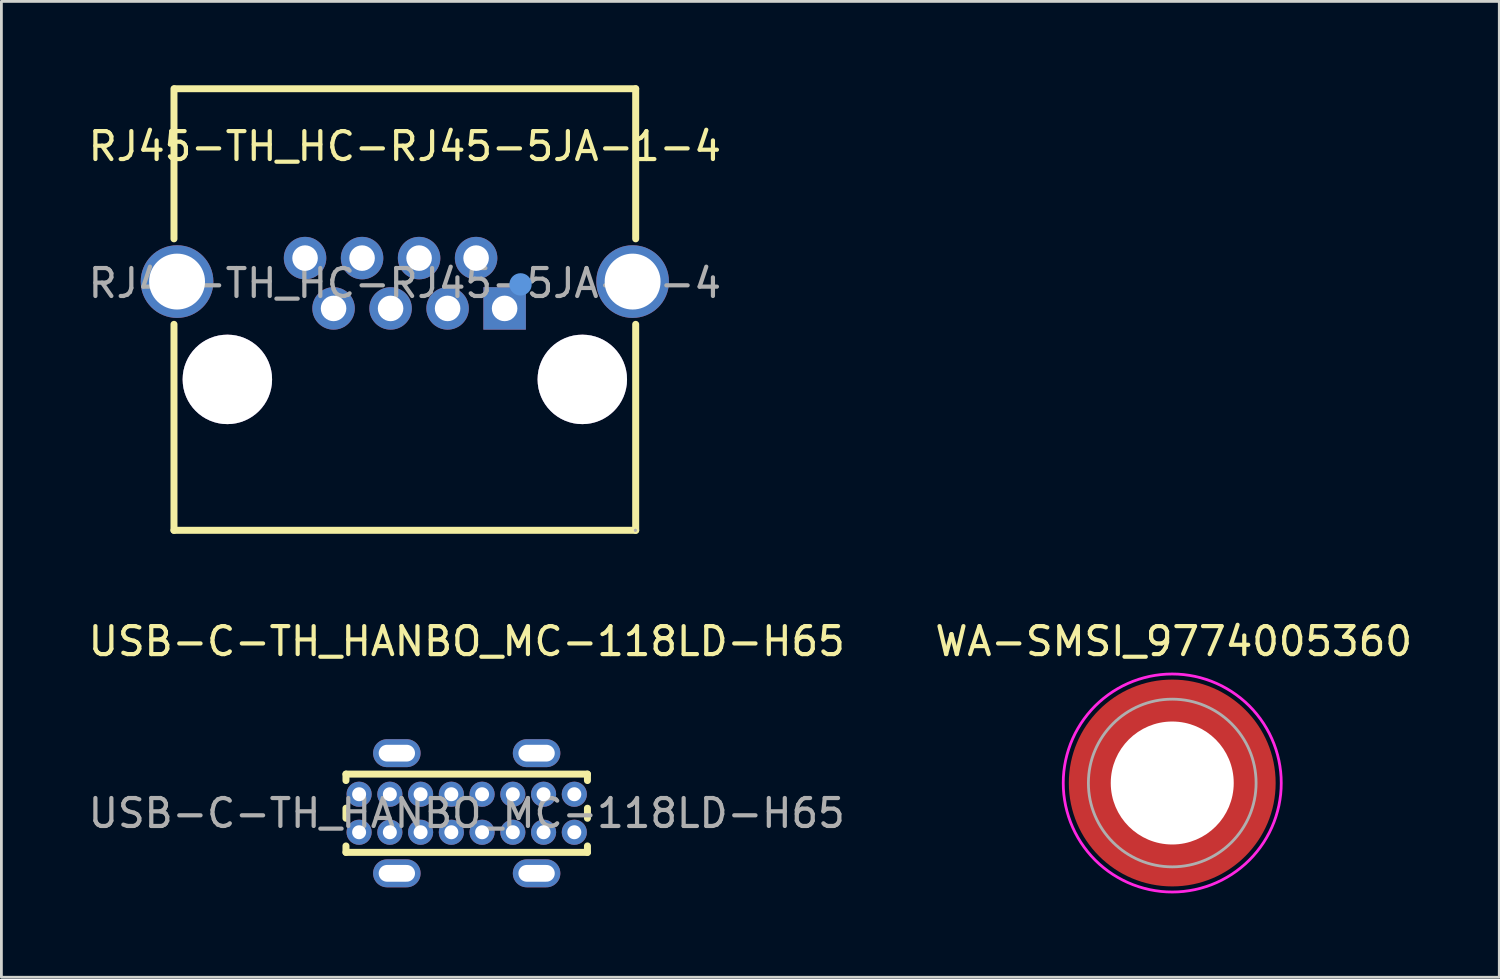
<source format=kicad_pcb>
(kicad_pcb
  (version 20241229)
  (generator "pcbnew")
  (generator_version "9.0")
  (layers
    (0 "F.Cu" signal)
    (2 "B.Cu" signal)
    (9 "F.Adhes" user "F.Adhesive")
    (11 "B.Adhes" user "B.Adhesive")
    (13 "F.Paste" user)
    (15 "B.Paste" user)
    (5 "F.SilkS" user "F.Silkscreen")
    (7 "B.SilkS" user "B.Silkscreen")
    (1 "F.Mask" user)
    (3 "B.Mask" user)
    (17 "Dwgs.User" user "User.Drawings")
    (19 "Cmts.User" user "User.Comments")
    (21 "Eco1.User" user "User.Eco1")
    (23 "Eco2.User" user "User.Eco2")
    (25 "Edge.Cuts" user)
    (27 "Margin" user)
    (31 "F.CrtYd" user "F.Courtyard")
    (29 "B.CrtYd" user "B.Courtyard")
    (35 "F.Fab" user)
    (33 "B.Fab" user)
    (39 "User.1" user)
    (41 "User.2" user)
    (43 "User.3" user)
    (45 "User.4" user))
  (footprint "WA-SMSI_9774005360"
    (layer "F.Cu")
    (at 38.893 24.966)
    (property "Reference" "WA-SMSI_9774005360" (at 0.053 -5.068 0) (layer "F.SilkS") (effects (font (size 1 1) (thickness 0.15))))
    (attr smd)
    (fp_poly (pts (xy -3.615 0.4) (xy -2.205 0.4) (xy -2.19 0.475) (xy -2.165 0.58) (xy -2.13 0.7) (xy -2.1 0.78) (xy -2.07 0.86) (xy -2.025 0.96) (xy -1.975 1.06) (xy -1.92 1.155) (xy -1.86 1.25) (xy -1.815 1.315) (xy -1.75 1.4) (xy -1.695 1.465) (xy -1.605 1.565) (xy -1.52 1.645) (xy -1.465 1.695) (xy -1.405 1.745) (xy -1.32 1.81) (xy -1.235 1.87) (xy -1.13 1.935) (xy -1.05 1.98) (xy -0.95 2.03) (xy -0.81 2.09) (xy -0.695 2.13) (xy -0.58 2.165) (xy -0.475 2.19) (xy -0.4 2.205) (xy -0.4 3.615) (xy -0.43 3.61) (xy -0.505 3.6) (xy -0.605 3.585) (xy -0.715 3.565) (xy -0.83 3.54) (xy -0.93 3.515) (xy -1.04 3.485) (xy -1.135 3.455) (xy -1.205 3.43) (xy -1.3 3.395) (xy -1.365 3.37) (xy -1.46 3.33) (xy -1.55 3.29) (xy -1.65 3.24) (xy -1.77 3.175) (xy -1.885 3.11) (xy -1.985 3.045) (xy -2.075 2.985) (xy -2.165 2.92) (xy -2.23 2.87) (xy -2.295 2.82) (xy -2.365 2.76) (xy -2.44 2.695) (xy -2.515 2.625) (xy -2.6 2.54) (xy -2.645 2.495) (xy -2.69 2.445) (xy -2.76 2.365) (xy -2.82 2.295) (xy -2.875 2.225) (xy -2.935 2.145) (xy -2.995 2.06) (xy -3.085 1.925) (xy -3.18 1.765) (xy -3.27 1.59) (xy -3.34 1.44) (xy -3.4 1.29) (xy -3.455 1.135) (xy -3.505 0.97) (xy -3.55 0.795) (xy -3.575 0.665) (xy -3.6 0.52)) (stroke (width 0.01) (type solid)) (fill yes) (layer "F.Paste"))
    (fp_poly (pts (xy -0.4 -3.615) (xy -0.4 -2.205) (xy -0.475 -2.19) (xy -0.58 -2.165) (xy -0.7 -2.13) (xy -0.78 -2.1) (xy -0.86 -2.07) (xy -0.96 -2.025) (xy -1.06 -1.975) (xy -1.155 -1.92) (xy -1.25 -1.86) (xy -1.315 -1.815) (xy -1.4 -1.75) (xy -1.465 -1.695) (xy -1.565 -1.605) (xy -1.645 -1.52) (xy -1.695 -1.465) (xy -1.745 -1.405) (xy -1.81 -1.32) (xy -1.87 -1.235) (xy -1.935 -1.13) (xy -1.98 -1.05) (xy -2.03 -0.95) (xy -2.09 -0.81) (xy -2.13 -0.695) (xy -2.165 -0.58) (xy -2.19 -0.475) (xy -2.205 -0.4) (xy -3.615 -0.4) (xy -3.61 -0.43) (xy -3.6 -0.505) (xy -3.585 -0.605) (xy -3.565 -0.715) (xy -3.54 -0.83) (xy -3.515 -0.93) (xy -3.485 -1.04) (xy -3.455 -1.135) (xy -3.43 -1.205) (xy -3.395 -1.3) (xy -3.37 -1.365) (xy -3.33 -1.46) (xy -3.29 -1.55) (xy -3.24 -1.65) (xy -3.175 -1.77) (xy -3.11 -1.885) (xy -3.045 -1.985) (xy -2.985 -2.075) (xy -2.92 -2.165) (xy -2.87 -2.23) (xy -2.82 -2.295) (xy -2.76 -2.365) (xy -2.695 -2.44) (xy -2.625 -2.515) (xy -2.54 -2.6) (xy -2.495 -2.645) (xy -2.445 -2.69) (xy -2.365 -2.76) (xy -2.295 -2.82) (xy -2.225 -2.875) (xy -2.145 -2.935) (xy -2.06 -2.995) (xy -1.925 -3.085) (xy -1.765 -3.18) (xy -1.59 -3.27) (xy -1.44 -3.34) (xy -1.29 -3.4) (xy -1.135 -3.455) (xy -0.97 -3.505) (xy -0.795 -3.55) (xy -0.665 -3.575) (xy -0.52 -3.6)) (stroke (width 0.01) (type solid)) (fill yes) (layer "F.Paste"))
    (fp_poly (pts (xy 0.4 3.615) (xy 0.4 2.205) (xy 0.475 2.19) (xy 0.58 2.165) (xy 0.7 2.13) (xy 0.78 2.1) (xy 0.86 2.07) (xy 0.96 2.025) (xy 1.06 1.975) (xy 1.155 1.92) (xy 1.25 1.86) (xy 1.315 1.815) (xy 1.4 1.75) (xy 1.465 1.695) (xy 1.565 1.605) (xy 1.645 1.52) (xy 1.695 1.465) (xy 1.745 1.405) (xy 1.81 1.32) (xy 1.87 1.235) (xy 1.935 1.13) (xy 1.98 1.05) (xy 2.03 0.95) (xy 2.09 0.81) (xy 2.13 0.695) (xy 2.165 0.58) (xy 2.19 0.475) (xy 2.205 0.4) (xy 3.615 0.4) (xy 3.61 0.43) (xy 3.6 0.505) (xy 3.585 0.605) (xy 3.565 0.715) (xy 3.54 0.83) (xy 3.515 0.93) (xy 3.485 1.04) (xy 3.455 1.135) (xy 3.43 1.205) (xy 3.395 1.3) (xy 3.37 1.365) (xy 3.33 1.46) (xy 3.29 1.55) (xy 3.24 1.65) (xy 3.175 1.77) (xy 3.11 1.885) (xy 3.045 1.985) (xy 2.985 2.075) (xy 2.92 2.165) (xy 2.87 2.23) (xy 2.82 2.295) (xy 2.76 2.365) (xy 2.695 2.44) (xy 2.625 2.515) (xy 2.54 2.6) (xy 2.495 2.645) (xy 2.445 2.69) (xy 2.365 2.76) (xy 2.295 2.82) (xy 2.225 2.875) (xy 2.145 2.935) (xy 2.06 2.995) (xy 1.925 3.085) (xy 1.765 3.18) (xy 1.59 3.27) (xy 1.44 3.34) (xy 1.29 3.4) (xy 1.135 3.455) (xy 0.97 3.505) (xy 0.795 3.55) (xy 0.665 3.575) (xy 0.52 3.6)) (stroke (width 0.01) (type solid)) (fill yes) (layer "F.Paste"))
    (fp_poly (pts (xy 3.615 -0.4) (xy 2.205 -0.4) (xy 2.19 -0.475) (xy 2.165 -0.58) (xy 2.13 -0.7) (xy 2.1 -0.78) (xy 2.07 -0.86) (xy 2.025 -0.96) (xy 1.975 -1.06) (xy 1.92 -1.155) (xy 1.86 -1.25) (xy 1.815 -1.315) (xy 1.75 -1.4) (xy 1.695 -1.465) (xy 1.605 -1.565) (xy 1.52 -1.645) (xy 1.465 -1.695) (xy 1.405 -1.745) (xy 1.32 -1.81) (xy 1.235 -1.87) (xy 1.13 -1.935) (xy 1.05 -1.98) (xy 0.95 -2.03) (xy 0.81 -2.09) (xy 0.695 -2.13) (xy 0.58 -2.165) (xy 0.475 -2.19) (xy 0.4 -2.205) (xy 0.4 -3.615) (xy 0.43 -3.61) (xy 0.505 -3.6) (xy 0.605 -3.585) (xy 0.715 -3.565) (xy 0.83 -3.54) (xy 0.93 -3.515) (xy 1.04 -3.485) (xy 1.135 -3.455) (xy 1.205 -3.43) (xy 1.3 -3.395) (xy 1.365 -3.37) (xy 1.46 -3.33) (xy 1.55 -3.29) (xy 1.65 -3.24) (xy 1.77 -3.175) (xy 1.885 -3.11) (xy 1.985 -3.045) (xy 2.075 -2.985) (xy 2.165 -2.92) (xy 2.23 -2.87) (xy 2.295 -2.82) (xy 2.365 -2.76) (xy 2.44 -2.695) (xy 2.515 -2.625) (xy 2.6 -2.54) (xy 2.645 -2.495) (xy 2.69 -2.445) (xy 2.76 -2.365) (xy 2.82 -2.295) (xy 2.875 -2.225) (xy 2.935 -2.145) (xy 2.995 -2.06) (xy 3.085 -1.925) (xy 3.18 -1.765) (xy 3.27 -1.59) (xy 3.34 -1.44) (xy 3.4 -1.29) (xy 3.455 -1.135) (xy 3.505 -0.97) (xy 3.55 -0.795) (xy 3.575 -0.665) (xy 3.6 -0.52)) (stroke (width 0.01) (type solid)) (fill yes) (layer "F.Paste"))
    (fp_poly (pts (xy 0 -3.9) (xy 0.204 -3.895) (xy 0.408 -3.879) (xy 0.61 -3.852) (xy 0.811 -3.815) (xy 1.009 -3.767) (xy 1.205 -3.709) (xy 1.398 -3.641) (xy 1.586 -3.563) (xy 1.771 -3.475) (xy 1.95 -3.377) (xy 2.124 -3.271) (xy 2.292 -3.155) (xy 2.454 -3.031) (xy 2.61 -2.898) (xy 2.758 -2.758) (xy 2.898 -2.61) (xy 3.031 -2.454) (xy 3.155 -2.292) (xy 3.271 -2.124) (xy 3.377 -1.95) (xy 3.475 -1.771) (xy 3.563 -1.586) (xy 3.641 -1.398) (xy 3.709 -1.205) (xy 3.767 -1.009) (xy 3.815 -0.811) (xy 3.852 -0.61) (xy 3.879 -0.408) (xy 3.895 -0.204) (xy 3.9 0) (xy 3.895 0.204) (xy 3.879 0.408) (xy 3.852 0.61) (xy 3.815 0.811) (xy 3.767 1.009) (xy 3.709 1.205) (xy 3.641 1.398) (xy 3.563 1.586) (xy 3.475 1.771) (xy 3.377 1.95) (xy 3.271 2.124) (xy 3.155 2.292) (xy 3.031 2.454) (xy 2.898 2.61) (xy 2.758 2.758) (xy 2.61 2.898) (xy 2.454 3.031) (xy 2.292 3.155) (xy 2.124 3.271) (xy 1.95 3.377) (xy 1.771 3.475) (xy 1.586 3.563) (xy 1.398 3.641) (xy 1.205 3.709) (xy 1.009 3.767) (xy 0.811 3.815) (xy 0.61 3.852) (xy 0.408 3.879) (xy 0.204 3.895) (xy 0 3.9) (xy -0.204 3.895) (xy -0.408 3.879) (xy -0.61 3.852) (xy -0.811 3.815) (xy -1.009 3.767) (xy -1.205 3.709) (xy -1.398 3.641) (xy -1.586 3.563) (xy -1.771 3.475) (xy -1.95 3.377) (xy -2.124 3.271) (xy -2.292 3.155) (xy -2.454 3.031) (xy -2.61 2.898) (xy -2.758 2.758) (xy -2.898 2.61) (xy -3.031 2.454) (xy -3.155 2.292) (xy -3.271 2.124) (xy -3.377 1.95) (xy -3.475 1.771) (xy -3.563 1.586) (xy -3.641 1.398) (xy -3.709 1.205) (xy -3.767 1.009) (xy -3.815 0.811) (xy -3.852 0.61) (xy -3.879 0.408) (xy -3.895 0.204) (xy -3.9 0) (xy -3.895 -0.204) (xy -3.879 -0.408) (xy -3.852 -0.61) (xy -3.815 -0.811) (xy -3.767 -1.009) (xy -3.709 -1.205) (xy -3.641 -1.398) (xy -3.563 -1.586) (xy -3.475 -1.771) (xy -3.377 -1.95) (xy -3.271 -2.124) (xy -3.155 -2.292) (xy -3.031 -2.454) (xy -2.898 -2.61) (xy -2.758 -2.758) (xy -2.61 -2.898) (xy -2.454 -3.031) (xy -2.292 -3.155) (xy -2.124 -3.271) (xy -1.95 -3.377) (xy -1.771 -3.475) (xy -1.586 -3.563) (xy -1.398 -3.641) (xy -1.205 -3.709) (xy -1.009 -3.767) (xy -0.811 -3.815) (xy -0.61 -3.852) (xy -0.408 -3.879) (xy -0.204 -3.895) (xy 0 -3.9)) (stroke (width 0.1) (type solid)) (fill no) (layer "F.CrtYd"))
    (fp_circle (center 0 0) (end 3 0) (stroke (width 0.1) (type solid)) (fill no) (layer "F.Fab"))
    (pad "" np_thru_hole circle (at 0 0) (size 4.4 4.4) (drill 4.4) (layers "*.Cu" "*.Mask"))
    (pad "1" smd circle (at 0 0) (size 7.4 7.4) (layers "F.Cu" "F.Mask")))
  (footprint "RJ45-TH_HC-RJ45-5JA-1-4"
    (layer "F.Cu")
    (at 11.435 7.085)
    (property "Reference" "RJ45-TH_HC-RJ45-5JA-1-4" (at 0 -4.9 0) (layer "F.SilkS") (effects (font (size 1 1) (thickness 0.15))))
    (attr smd)
    (fp_line (start -8.26 -1.59) (end -8.26 -6.96) (stroke (width 0.25) (type solid)) (layer "F.SilkS"))
    (fp_line (start -8.26 8.84) (end -8.26 1.47) (stroke (width 0.25) (type solid)) (layer "F.SilkS"))
    (fp_line (start -8.24 -6.96) (end 8.26 -6.96) (stroke (width 0.25) (type solid)) (layer "F.SilkS"))
    (fp_line (start 8.26 -6.96) (end 8.26 -1.59) (stroke (width 0.25) (type solid)) (layer "F.SilkS"))
    (fp_line (start 8.26 1.47) (end 8.26 8.84) (stroke (width 0.25) (type solid)) (layer "F.SilkS"))
    (fp_line (start 8.26 8.84) (end -8.26 8.84) (stroke (width 0.25) (type solid)) (layer "F.SilkS"))
    (fp_circle (center -6.35 3.44) (end -5.6 3.44) (stroke (width 1.5) (type solid)) (fill no) (layer "Cmts.User"))
    (fp_circle (center 4.14 0.04) (end 4.34 0.04) (stroke (width 0.4) (type solid)) (fill no) (layer "Cmts.User"))
    (fp_circle (center 6.35 3.44) (end 7.1 3.44) (stroke (width 1.5) (type solid)) (fill no) (layer "Cmts.User"))
    (fp_circle (center -3.57 -0.9) (end -3.45 -0.9) (stroke (width 0.25) (type solid)) (fill no) (layer "F.Fab"))
    (fp_circle (center -2.55 0.9) (end -2.43 0.9) (stroke (width 0.25) (type solid)) (fill no) (layer "F.Fab"))
    (fp_circle (center -1.53 -0.9) (end -1.41 -0.9) (stroke (width 0.25) (type solid)) (fill no) (layer "F.Fab"))
    (fp_circle (center -0.51 0.9) (end -0.39 0.9) (stroke (width 0.25) (type solid)) (fill no) (layer "F.Fab"))
    (fp_circle (center 0.51 -0.9) (end 0.63 -0.9) (stroke (width 0.25) (type solid)) (fill no) (layer "F.Fab"))
    (fp_circle (center 1.53 0.9) (end 1.65 0.9) (stroke (width 0.25) (type solid)) (fill no) (layer "F.Fab"))
    (fp_circle (center 2.55 -0.9) (end 2.67 -0.9) (stroke (width 0.25) (type solid)) (fill no) (layer "F.Fab"))
    (fp_circle (center 3.57 0.9) (end 3.69 0.9) (stroke (width 0.25) (type solid)) (fill no) (layer "F.Fab"))
    (fp_circle (center 8.25 8.84) (end 8.28 8.84) (stroke (width 0.06) (type solid)) (fill no) (layer "F.Fab"))
    (fp_text user "${REFERENCE}" (at 0 0 0) (layer "F.Fab") (effects (font (size 1 1) (thickness 0.15))))
    (pad "" thru_hole circle (at -6.35 3.44) (size 3.2 3.2) (drill 3.2) (layers "*.Cu" "*.Mask"))
    (pad "" thru_hole circle (at 6.35 3.44) (size 3.2 3.2) (drill 3.2) (layers "*.Cu" "*.Mask"))
    (pad "1" thru_hole rect (at 3.57 0.9) (size 1.52 1.52) (drill 0.914) (layers "*.Cu" "*.Paste" "*.Mask"))
    (pad "2" thru_hole circle (at 2.55 -0.9) (size 1.52 1.52) (drill 0.914) (layers "*.Cu" "*.Paste" "*.Mask"))
    (pad "3" thru_hole circle (at 1.53 0.9) (size 1.52 1.52) (drill 0.914) (layers "*.Cu" "*.Paste" "*.Mask"))
    (pad "4" thru_hole circle (at 0.51 -0.9) (size 1.52 1.52) (drill 0.914) (layers "*.Cu" "*.Paste" "*.Mask"))
    (pad "5" thru_hole circle (at -0.51 0.9) (size 1.52 1.52) (drill 0.914) (layers "*.Cu" "*.Paste" "*.Mask"))
    (pad "6" thru_hole circle (at -1.53 -0.9) (size 1.52 1.52) (drill 0.914) (layers "*.Cu" "*.Paste" "*.Mask"))
    (pad "7" thru_hole circle (at -2.55 0.9) (size 1.52 1.52) (drill 0.914) (layers "*.Cu" "*.Paste" "*.Mask"))
    (pad "8" thru_hole circle (at -3.57 -0.9) (size 1.52 1.52) (drill 0.914) (layers "*.Cu" "*.Paste" "*.Mask"))
    (pad "9" thru_hole circle (at -8.15 -0.06) (size 2.6 2.6) (drill 2) (layers "*.Cu" "*.Paste" "*.Mask"))
    (pad "10" thru_hole circle (at 8.15 -0.06) (size 2.6 2.6) (drill 2) (layers "*.Cu" "*.Paste" "*.Mask")))
  (footprint "USB-C-TH_HANBO_MC-118LD-H65"
    (layer "F.Cu")
    (at 13.649 26.048)
    (property "Reference" "USB-C-TH_HANBO_MC-118LD-H65" (at 0 -6.15 0) (layer "F.SilkS") (effects (font (size 1 1) (thickness 0.15))))
    (attr through_hole)
    (fp_line (start -4.32 -1.4) (end -4.32 -1.17) (stroke (width 0.25) (type solid)) (layer "F.SilkS"))
    (fp_line (start -4.32 -1.4) (end 4.32 -1.4) (stroke (width 0.25) (type solid)) (layer "F.SilkS"))
    (fp_line (start -4.32 -0.18) (end -4.32 0.18) (stroke (width 0.25) (type solid)) (layer "F.SilkS"))
    (fp_line (start -4.32 1.17) (end -4.32 1.4) (stroke (width 0.25) (type solid)) (layer "F.SilkS"))
    (fp_line (start -4.32 1.4) (end 4.32 1.4) (stroke (width 0.25) (type solid)) (layer "F.SilkS"))
    (fp_line (start 4.32 -1.4) (end 4.32 -1.17) (stroke (width 0.25) (type solid)) (layer "F.SilkS"))
    (fp_line (start 4.32 -0.18) (end 4.32 0.18) (stroke (width 0.25) (type solid)) (layer "F.SilkS"))
    (fp_line (start 4.32 1.17) (end 4.32 1.4) (stroke (width 0.25) (type solid)) (layer "F.SilkS"))
    (fp_text user "${REFERENCE}" (at 0 0 0) (layer "F.Fab") (effects (font (size 1 1) (thickness 0.15))))
    (pad "13" thru_hole oval (at -2.5 -2.15 90) (size 1 1.7) (drill oval 0.6 1.3) (layers "*.Cu" "*.Paste" "*.Mask"))
    (pad "13" thru_hole oval (at -2.5 2.15 90) (size 1 1.7) (drill oval 0.6 1.3) (layers "*.Cu" "*.Paste" "*.Mask"))
    (pad "13" thru_hole oval (at 2.5 -2.15 90) (size 1 1.7) (drill oval 0.6 1.3) (layers "*.Cu" "*.Paste" "*.Mask"))
    (pad "13" thru_hole oval (at 2.5 2.15 90) (size 1 1.7) (drill oval 0.6 1.3) (layers "*.Cu" "*.Paste" "*.Mask"))
    (pad "A1" thru_hole circle (at -3.85 -0.68 90) (size 0.9 0.9) (drill 0.5) (layers "*.Cu" "*.Paste" "*.Mask"))
    (pad "A4" thru_hole circle (at -2.75 -0.68 90) (size 0.9 0.9) (drill 0.5) (layers "*.Cu" "*.Paste" "*.Mask"))
    (pad "A5" thru_hole circle (at -1.65 -0.68 90) (size 0.9 0.9) (drill 0.5) (layers "*.Cu" "*.Paste" "*.Mask"))
    (pad "A6" thru_hole circle (at -0.55 -0.68 90) (size 0.9 0.9) (drill 0.5) (layers "*.Cu" "*.Paste" "*.Mask"))
    (pad "A7" thru_hole circle (at 0.55 -0.68 90) (size 0.9 0.9) (drill 0.5) (layers "*.Cu" "*.Paste" "*.Mask"))
    (pad "A8" thru_hole circle (at 1.65 -0.68 90) (size 0.9 0.9) (drill 0.5) (layers "*.Cu" "*.Paste" "*.Mask"))
    (pad "A9" thru_hole circle (at 2.75 -0.68 90) (size 0.9 0.9) (drill 0.5) (layers "*.Cu" "*.Paste" "*.Mask"))
    (pad "A12" thru_hole circle (at 3.85 -0.68 90) (size 0.9 0.9) (drill 0.5) (layers "*.Cu" "*.Paste" "*.Mask"))
    (pad "B1" thru_hole circle (at 3.85 0.68 90) (size 0.9 0.9) (drill 0.5) (layers "*.Cu" "*.Paste" "*.Mask"))
    (pad "B4" thru_hole circle (at 2.75 0.68 90) (size 0.9 0.9) (drill 0.5) (layers "*.Cu" "*.Paste" "*.Mask"))
    (pad "B5" thru_hole circle (at 1.65 0.68 90) (size 0.9 0.9) (drill 0.5) (layers "*.Cu" "*.Paste" "*.Mask"))
    (pad "B6" thru_hole circle (at 0.55 0.68 90) (size 0.9 0.9) (drill 0.5) (layers "*.Cu" "*.Paste" "*.Mask"))
    (pad "B7" thru_hole circle (at -0.55 0.68 90) (size 0.9 0.9) (drill 0.5) (layers "*.Cu" "*.Paste" "*.Mask"))
    (pad "B8" thru_hole circle (at -1.65 0.68 90) (size 0.9 0.9) (drill 0.5) (layers "*.Cu" "*.Paste" "*.Mask"))
    (pad "B9" thru_hole circle (at -2.75 0.68 90) (size 0.9 0.9) (drill 0.5) (layers "*.Cu" "*.Paste" "*.Mask"))
    (pad "B12" thru_hole circle (at -3.85 0.68 90) (size 0.9 0.9) (drill 0.5) (layers "*.Cu" "*.Paste" "*.Mask")))
  (gr_rect
    (start -3 -3)
    (end 50.595 31.916)
    (stroke (width 0.1) (type default))
    (fill no)
    (layer "Edge.Cuts")))
</source>
